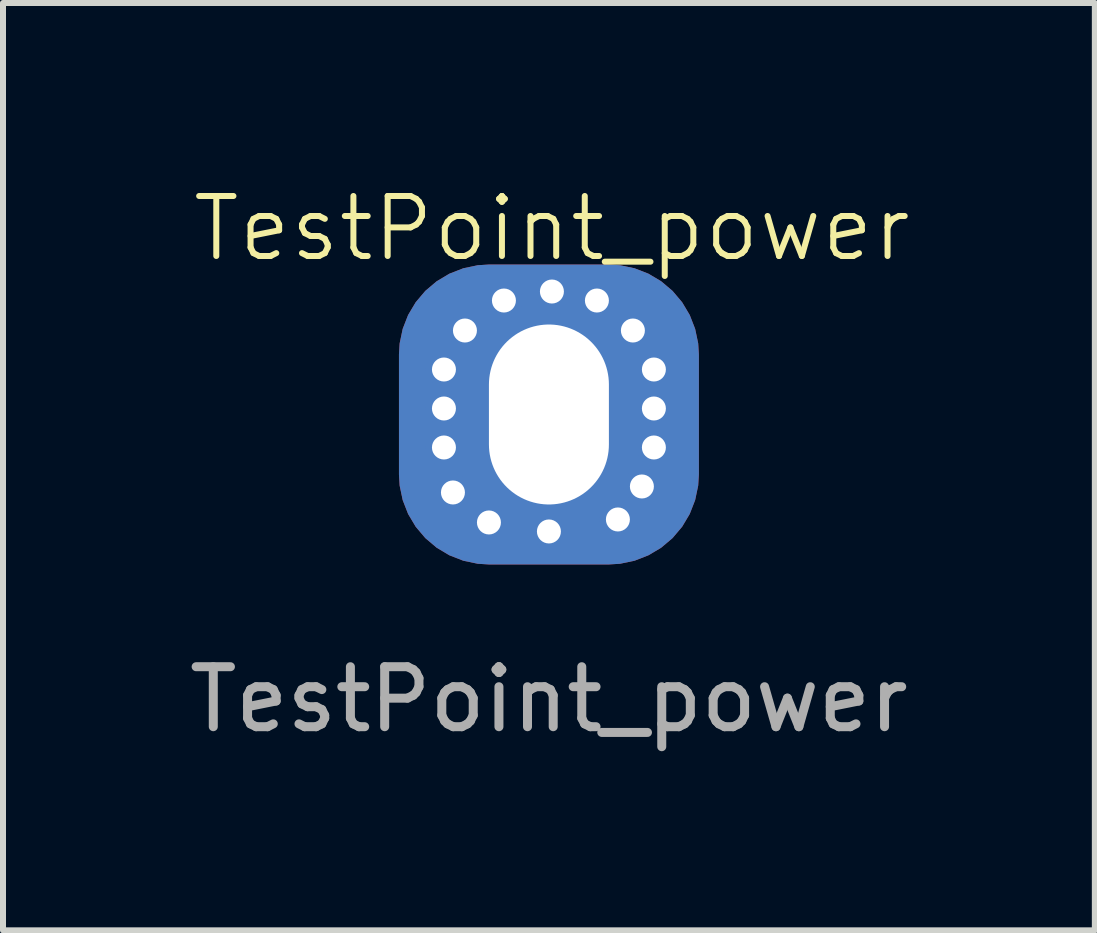
<source format=kicad_pcb>
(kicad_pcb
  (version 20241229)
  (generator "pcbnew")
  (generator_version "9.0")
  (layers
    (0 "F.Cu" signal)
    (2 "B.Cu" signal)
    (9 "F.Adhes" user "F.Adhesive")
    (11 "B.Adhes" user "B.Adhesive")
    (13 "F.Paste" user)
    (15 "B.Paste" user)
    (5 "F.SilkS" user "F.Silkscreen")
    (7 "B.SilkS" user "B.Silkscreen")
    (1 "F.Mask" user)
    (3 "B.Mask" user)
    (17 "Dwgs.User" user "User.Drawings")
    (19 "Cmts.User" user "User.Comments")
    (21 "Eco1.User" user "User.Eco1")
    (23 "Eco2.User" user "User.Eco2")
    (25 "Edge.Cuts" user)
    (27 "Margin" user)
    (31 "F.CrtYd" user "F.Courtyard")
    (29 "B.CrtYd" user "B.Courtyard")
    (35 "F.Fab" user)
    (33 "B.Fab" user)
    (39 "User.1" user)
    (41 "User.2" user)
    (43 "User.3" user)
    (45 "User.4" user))
  (footprint "TestPoint_power"
    (layer "F.Cu")
    (at 6.151 1.26)
    (property "Reference" "TestPoint_power" (at 0 -0.5 0) (unlocked yes) (layer "F.SilkS") (effects (font (size 1 1) (thickness 0.1))))
    (attr smd)
    (fp_rect (start -2.55 0.1) (end 2.45 5.1) (stroke (width 0.1) (type default)) (fill yes) (layer "B.Mask"))
    (fp_text user "${REFERENCE}" (at -0.05 7.35 0) (unlocked yes) (layer "F.Fab") (effects (font (size 1 1) (thickness 0.15))))
    (pad "1" thru_hole roundrect (at -0.05 2.6) (size 5 5) (drill oval 2 3) (layers "*.Cu" "F.Mask" "F.Paste") (roundrect_rratio 0.3))
    (pad "2" thru_hole circle (at -1.8 1.85) (size 0.6 0.6) (drill 0.4) (layers "*.Cu" "F.Mask" "F.Paste"))
    (pad "2" thru_hole circle (at -1.8 2.5) (size 0.6 0.6) (drill 0.4) (layers "*.Cu" "F.Mask" "F.Paste"))
    (pad "2" thru_hole circle (at -1.8 3.15) (size 0.6 0.6) (drill 0.4) (layers "*.Cu" "F.Mask" "F.Paste"))
    (pad "2" thru_hole circle (at -1.65 3.9) (size 0.6 0.6) (drill 0.4) (layers "*.Cu" "F.Mask" "F.Paste"))
    (pad "2" thru_hole circle (at -1.45 1.2) (size 0.6 0.6) (drill 0.4) (layers "*.Cu" "F.Mask" "F.Paste"))
    (pad "2" thru_hole circle (at -1.05 4.4) (size 0.6 0.6) (drill 0.4) (layers "*.Cu" "F.Mask" "F.Paste"))
    (pad "2" thru_hole circle (at -0.8 0.7) (size 0.6 0.6) (drill 0.4) (layers "*.Cu" "F.Mask" "F.Paste"))
    (pad "2" thru_hole circle (at -0.05 4.55) (size 0.6 0.6) (drill 0.4) (layers "*.Cu" "F.Mask" "F.Paste"))
    (pad "2" thru_hole circle (at 0 0.55) (size 0.6 0.6) (drill 0.4) (layers "*.Cu" "F.Mask" "F.Paste"))
    (pad "2" thru_hole circle (at 0.75 0.7) (size 0.6 0.6) (drill 0.4) (layers "*.Cu" "F.Mask" "F.Paste"))
    (pad "2" thru_hole circle (at 1.1 4.35) (size 0.6 0.6) (drill 0.4) (layers "*.Cu" "F.Mask" "F.Paste"))
    (pad "2" thru_hole circle (at 1.35 1.2) (size 0.6 0.6) (drill 0.4) (layers "*.Cu" "F.Mask" "F.Paste"))
    (pad "2" thru_hole circle (at 1.5 3.8) (size 0.6 0.6) (drill 0.4) (layers "*.Cu" "F.Mask" "F.Paste"))
    (pad "2" thru_hole circle (at 1.7 1.85) (size 0.6 0.6) (drill 0.4) (layers "*.Cu" "F.Mask" "F.Paste"))
    (pad "2" thru_hole circle (at 1.7 2.5) (size 0.6 0.6) (drill 0.4) (layers "*.Cu" "F.Mask" "F.Paste"))
    (pad "2" thru_hole circle (at 1.7 3.15) (size 0.6 0.6) (drill 0.4) (layers "*.Cu" "F.Mask" "F.Paste")))
  (gr_rect
    (start -3 -3)
    (end 15.202 12.459)
    (stroke (width 0.1) (type default))
    (fill no)
    (layer "Edge.Cuts")))
</source>
